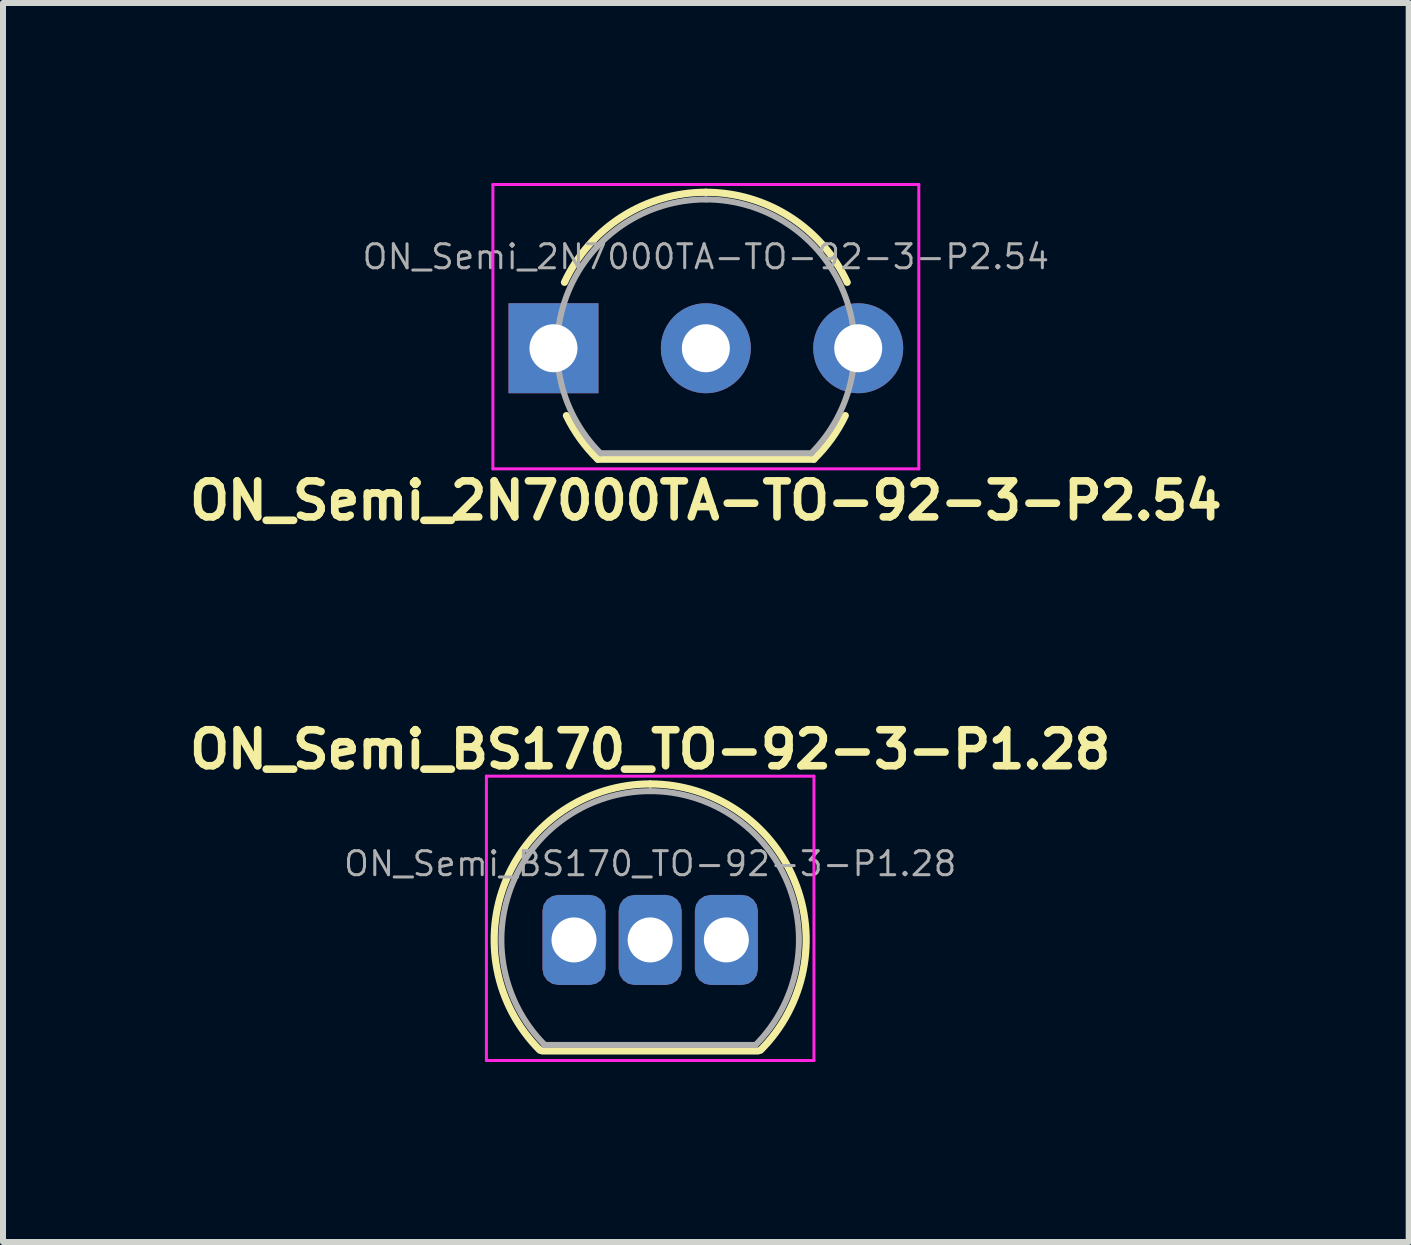
<source format=kicad_pcb>
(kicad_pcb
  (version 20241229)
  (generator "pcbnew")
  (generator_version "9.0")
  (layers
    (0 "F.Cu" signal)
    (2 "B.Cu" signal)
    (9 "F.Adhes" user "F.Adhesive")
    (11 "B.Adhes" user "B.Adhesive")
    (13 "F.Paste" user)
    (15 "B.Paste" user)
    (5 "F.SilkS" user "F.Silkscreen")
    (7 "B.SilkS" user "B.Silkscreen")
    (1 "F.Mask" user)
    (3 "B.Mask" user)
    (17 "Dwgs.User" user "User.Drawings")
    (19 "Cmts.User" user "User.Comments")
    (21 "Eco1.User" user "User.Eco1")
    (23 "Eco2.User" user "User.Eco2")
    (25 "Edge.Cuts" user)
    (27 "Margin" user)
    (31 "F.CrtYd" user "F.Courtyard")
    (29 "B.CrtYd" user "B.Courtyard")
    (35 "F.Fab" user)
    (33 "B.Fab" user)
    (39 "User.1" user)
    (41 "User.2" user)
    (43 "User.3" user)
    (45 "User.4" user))
  (footprint "ON_Semi_2N7000TA-TO-92-3-P2.54"
    (layer "F.Cu")
    (at 8.716 2.755)
    (property "Reference" "ON_Semi_2N7000TA-TO-92-3-P2.54" (at 0 2.54 0) (layer "F.SilkS") (effects (font (size 0.6 0.6) (thickness 0.127))))
    (attr through_hole)
    (fp_line (start -1.8 1.85) (end 1.8 1.85) (stroke (width 0.12) (type solid)) (layer "F.SilkS"))
    (fp_arc (start -2.3564 -1.098807) (mid -1.396979 -2.192817) (end 0 -2.6) (stroke (width 0.12) (type solid)) (layer "F.SilkS"))
    (fp_arc (start -1.8 1.85) (mid -2.093903 1.509328) (end -2.324184 1.122795) (stroke (width 0.12) (type solid)) (layer "F.SilkS"))
    (fp_arc (start 0 -2.6) (mid 1.396979 -2.192818) (end 2.3564 -1.098807) (stroke (width 0.12) (type solid)) (layer "F.SilkS"))
    (fp_arc (start 2.324184 1.122795) (mid 2.093903 1.509328) (end 1.8 1.85) (stroke (width 0.12) (type solid)) (layer "F.SilkS"))
    (fp_line (start -3.55 -2.73) (end -3.55 2.01) (stroke (width 0.05) (type solid)) (layer "F.CrtYd"))
    (fp_line (start -3.55 -2.73) (end 3.55 -2.73) (stroke (width 0.05) (type solid)) (layer "F.CrtYd"))
    (fp_line (start 3.55 2.01) (end -3.55 2.01) (stroke (width 0.05) (type solid)) (layer "F.CrtYd"))
    (fp_line (start 3.55 2.01) (end 3.55 -2.73) (stroke (width 0.05) (type solid)) (layer "F.CrtYd"))
    (fp_line (start -1.74 1.75) (end 1.76 1.75) (stroke (width 0.1) (type solid)) (layer "F.Fab"))
    (fp_arc (start -1.753625 1.753625) (mid -2.291221 -0.949055) (end 0 -2.48) (stroke (width 0.1) (type solid)) (layer "F.Fab"))
    (fp_arc (start 0 -2.48) (mid 2.291221 -0.949055) (end 1.753625 1.753625) (stroke (width 0.1) (type solid)) (layer "F.Fab"))
    (fp_text user "${REFERENCE}" (at 0 -1.524 0) (layer "F.Fab") (effects (font (size 0.4 0.4) (thickness 0.05))))
    (pad "1" thru_hole rect (at -2.54 0 90) (size 1.5 1.5) (drill 0.8) (layers "*.Cu" "*.Mask"))
    (pad "2" thru_hole circle (at 0 0 90) (size 1.5 1.5) (drill 0.8) (layers "*.Cu" "*.Mask"))
    (pad "3" thru_hole circle (at 2.54 0 90) (size 1.5 1.5) (drill 0.8) (layers "*.Cu" "*.Mask")))
  (footprint "ON_Semi_BS170_TO-92-3-P1.28"
    (layer "F.Cu")
    (at 7.788 12.618)
    (property "Reference" "ON_Semi_BS170_TO-92-3-P1.28" (at 0 -3.175 0) (layer "F.SilkS") (effects (font (size 0.6 0.6) (thickness 0.127))))
    (attr through_hole)
    (fp_line (start -1.8 1.85) (end 1.8 1.85) (stroke (width 0.12) (type solid)) (layer "F.SilkS"))
    (fp_arc (start -1.838478 1.838478) (mid -2.402087 -0.994977) (end 0 -2.6) (stroke (width 0.12) (type solid)) (layer "F.SilkS"))
    (fp_arc (start 0 -2.6) (mid 2.402087 -0.994977) (end 1.838478 1.838478) (stroke (width 0.12) (type solid)) (layer "F.SilkS"))
    (fp_line (start -2.73 -2.73) (end -2.73 2.01) (stroke (width 0.05) (type solid)) (layer "F.CrtYd"))
    (fp_line (start -2.73 -2.73) (end 2.73 -2.73) (stroke (width 0.05) (type solid)) (layer "F.CrtYd"))
    (fp_line (start 2.73 2.01) (end -2.73 2.01) (stroke (width 0.05) (type solid)) (layer "F.CrtYd"))
    (fp_line (start 2.73 2.01) (end 2.73 -2.73) (stroke (width 0.05) (type solid)) (layer "F.CrtYd"))
    (fp_line (start -1.77 1.75) (end 1.73 1.75) (stroke (width 0.1) (type solid)) (layer "F.Fab"))
    (fp_arc (start -1.753625 1.753625) (mid -2.291221 -0.949055) (end 0 -2.48) (stroke (width 0.1) (type solid)) (layer "F.Fab"))
    (fp_arc (start 0 -2.48) (mid 2.291221 -0.949055) (end 1.753625 1.753625) (stroke (width 0.1) (type solid)) (layer "F.Fab"))
    (fp_text user "${REFERENCE}" (at 0 -1.27 0) (layer "F.Fab") (effects (font (size 0.4 0.4) (thickness 0.05))))
    (pad "1" thru_hole roundrect (at -1.27 0) (size 1.05 1.5) (drill 0.75) (layers "*.Cu" "*.Mask") (roundrect_rratio 0.25))
    (pad "2" thru_hole roundrect (at 0 0) (size 1.05 1.5) (drill 0.75) (layers "*.Cu" "*.Mask") (roundrect_rratio 0.25))
    (pad "3" thru_hole roundrect (at 1.27 0) (size 1.05 1.5) (drill 0.75) (layers "*.Cu" "*.Mask") (roundrect_rratio 0.25)))
  (gr_rect
    (start -3 -3)
    (end 20.432 17.653)
    (stroke (width 0.1) (type default))
    (fill no)
    (layer "Edge.Cuts")))
</source>
